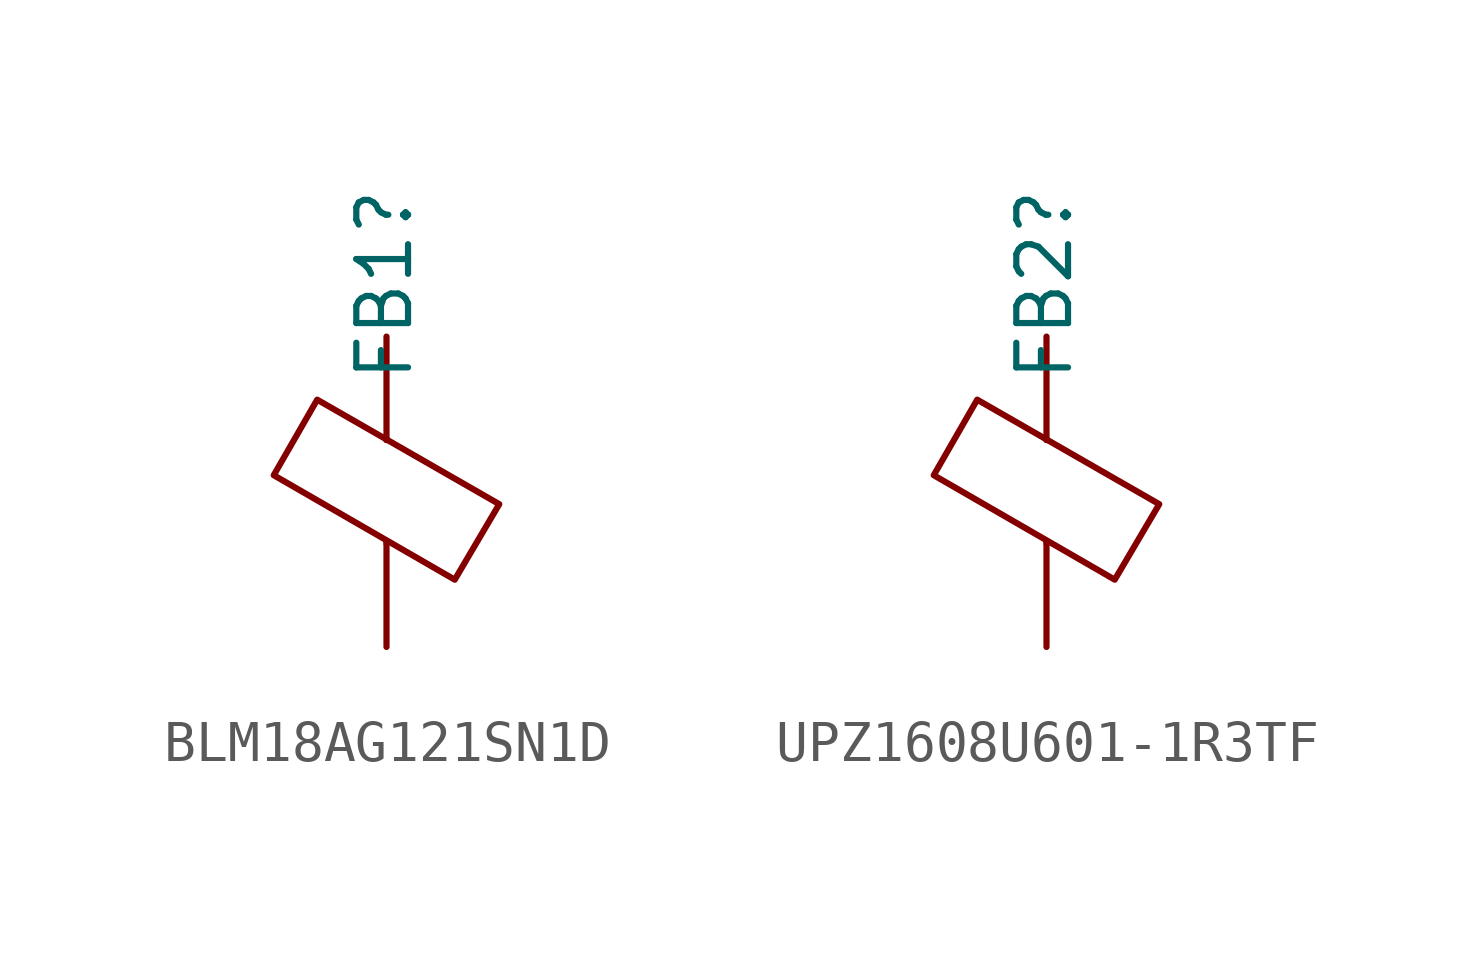
<source format=kicad_sym>
(kicad_symbol_lib
  (version 20211014)
  (generator kicad_symbol_editor)
  (symbol "BLM18AG121SN1D"
    (pin_numbers hide)
    (pin_names
      (offset 0))
    (property "Reference" "FB1"
      (at -0.051 5.08 90)
      (effects (font (size 1.27 1.27))))
    (symbol "BLM18AG121SN1D_0_1"
      (polyline (pts (xy 0 -1.27) (xy 0 -1.219)) (stroke (width 0) (type default) (color 0 0 0 0)) (fill (type none)))
      (polyline (pts (xy 0 1.27) (xy 0 1.295)) (stroke (width 0) (type default) (color 0 0 0 0)) (fill (type none)))
      (polyline (pts (xy -2.769 0.406) (xy -1.702 2.261) (xy 2.769 -0.305) (xy 1.676 -2.159) (xy -2.769 0.406)) (stroke (width 0) (type default) (color 0 0 0 0)) (fill (type none))))
    (symbol "BLM18AG121SN1D_1_1"
      (pin passive line (at 0 3.81 270) (length 2.54) (name "~" (effects (font (size 1.27 1.27)))) (number "1" (effects (font (size 1.27 1.27)))))
      (pin passive line (at 0 -3.81 90) (length 2.54) (name "~" (effects (font (size 1.27 1.27)))) (number "2" (effects (font (size 1.27 1.27)))))))
  (symbol "UPZ1608U601-1R3TF"
    (pin_numbers hide)
    (pin_names
      (offset 0))
    (property "Reference" "FB2"
      (at -0.051 5.08 90)
      (effects (font (size 1.27 1.27))))
    (symbol "UPZ1608U601-1R3TF_0_1"
      (polyline (pts (xy 0 -1.27) (xy 0 -1.219)) (stroke (width 0) (type default) (color 0 0 0 0)) (fill (type none)))
      (polyline (pts (xy 0 1.27) (xy 0 1.295)) (stroke (width 0) (type default) (color 0 0 0 0)) (fill (type none)))
      (polyline (pts (xy -2.769 0.406) (xy -1.702 2.261) (xy 2.769 -0.305) (xy 1.676 -2.159) (xy -2.769 0.406)) (stroke (width 0) (type default) (color 0 0 0 0)) (fill (type none))))
    (symbol "UPZ1608U601-1R3TF_1_1"
      (pin passive line (at 0 3.81 270) (length 2.54) (name "~" (effects (font (size 1.27 1.27)))) (number "1" (effects (font (size 1.27 1.27)))))
      (pin passive line (at 0 -3.81 90) (length 2.54) (name "~" (effects (font (size 1.27 1.27)))) (number "2" (effects (font (size 1.27 1.27))))))))
</source>
